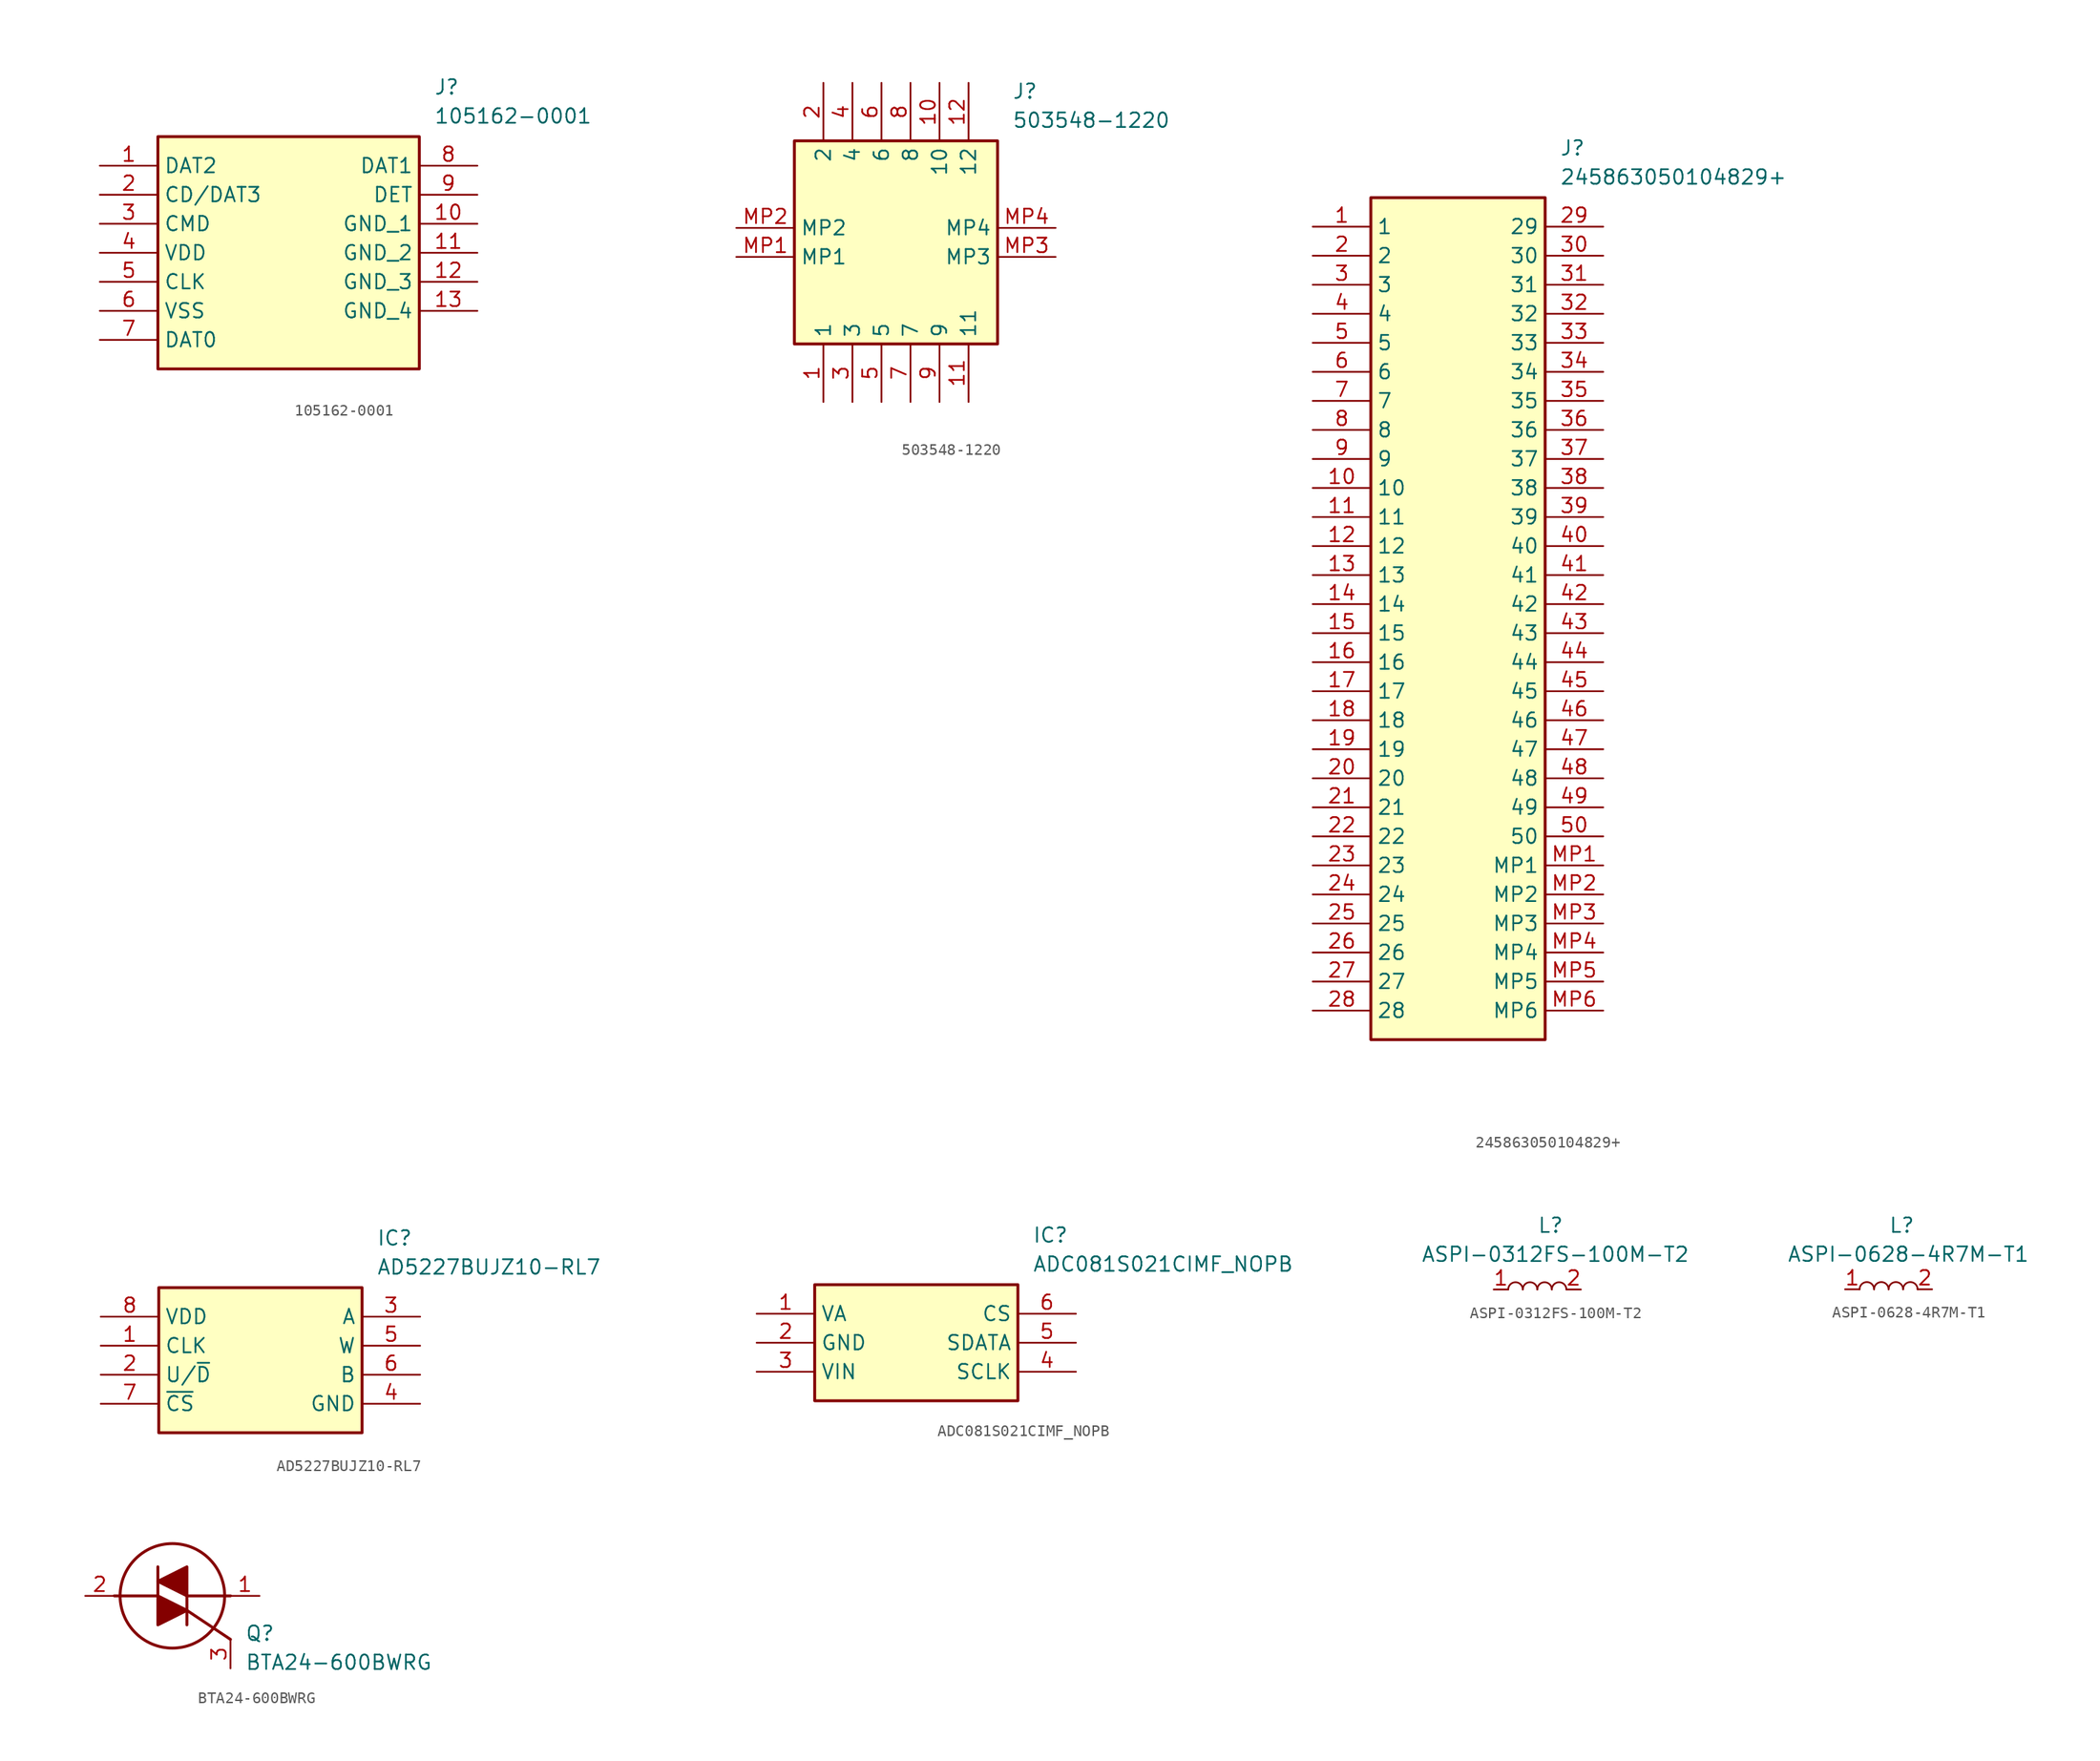
<source format=kicad_sym>
(kicad_symbol_lib
  (version 20220914)
  (generator kicad_symbol_editor)
  (symbol "105162-0001"
    (property "Reference" "J"
      (at 29.21 7.62 0)
      (effects (font (size 1.27 1.27)) (justify left top)))
    (property "Value" "105162-0001"
      (at 29.21 5.08 0)
      (effects (font (size 1.27 1.27)) (justify left top)))
    (symbol "105162-0001_1_1"
      (rectangle (start 5.08 2.54) (end 27.94 -17.78) (stroke (width 0.254) (type default)) (fill (type background)))
      (pin passive line (at 0 0 0) (length 5.08) (name "DAT2" (effects (font (size 1.27 1.27)))) (number "1" (effects (font (size 1.27 1.27)))))
      (pin passive line (at 33.02 -5.08 180) (length 5.08) (name "GND_1" (effects (font (size 1.27 1.27)))) (number "10" (effects (font (size 1.27 1.27)))))
      (pin passive line (at 33.02 -7.62 180) (length 5.08) (name "GND_2" (effects (font (size 1.27 1.27)))) (number "11" (effects (font (size 1.27 1.27)))))
      (pin passive line (at 33.02 -10.16 180) (length 5.08) (name "GND_3" (effects (font (size 1.27 1.27)))) (number "12" (effects (font (size 1.27 1.27)))))
      (pin passive line (at 33.02 -12.7 180) (length 5.08) (name "GND_4" (effects (font (size 1.27 1.27)))) (number "13" (effects (font (size 1.27 1.27)))))
      (pin passive line (at 0 -2.54 0) (length 5.08) (name "CD/DAT3" (effects (font (size 1.27 1.27)))) (number "2" (effects (font (size 1.27 1.27)))))
      (pin passive line (at 0 -5.08 0) (length 5.08) (name "CMD" (effects (font (size 1.27 1.27)))) (number "3" (effects (font (size 1.27 1.27)))))
      (pin passive line (at 0 -7.62 0) (length 5.08) (name "VDD" (effects (font (size 1.27 1.27)))) (number "4" (effects (font (size 1.27 1.27)))))
      (pin passive line (at 0 -10.16 0) (length 5.08) (name "CLK" (effects (font (size 1.27 1.27)))) (number "5" (effects (font (size 1.27 1.27)))))
      (pin passive line (at 0 -12.7 0) (length 5.08) (name "VSS" (effects (font (size 1.27 1.27)))) (number "6" (effects (font (size 1.27 1.27)))))
      (pin passive line (at 0 -15.24 0) (length 5.08) (name "DAT0" (effects (font (size 1.27 1.27)))) (number "7" (effects (font (size 1.27 1.27)))))
      (pin passive line (at 33.02 0 180) (length 5.08) (name "DAT1" (effects (font (size 1.27 1.27)))) (number "8" (effects (font (size 1.27 1.27)))))
      (pin passive line (at 33.02 -2.54 180) (length 5.08) (name "DET" (effects (font (size 1.27 1.27)))) (number "9" (effects (font (size 1.27 1.27)))))))
  (symbol "503548-1220"
    (property "Reference" "J"
      (at 24.13 12.7 0)
      (effects (font (size 1.27 1.27)) (justify left top)))
    (property "Value" "503548-1220"
      (at 24.13 10.16 0)
      (effects (font (size 1.27 1.27)) (justify left top)))
    (symbol "503548-1220_1_1"
      (rectangle (start 5.08 7.62) (end 22.86 -10.16) (stroke (width 0.254) (type default)) (fill (type background)))
      (pin passive line (at 7.62 -15.24 90) (length 5.08) (name "1" (effects (font (size 1.27 1.27)))) (number "1" (effects (font (size 1.27 1.27)))))
      (pin passive line (at 17.78 12.7 270) (length 5.08) (name "10" (effects (font (size 1.27 1.27)))) (number "10" (effects (font (size 1.27 1.27)))))
      (pin passive line (at 20.32 -15.24 90) (length 5.08) (name "11" (effects (font (size 1.27 1.27)))) (number "11" (effects (font (size 1.27 1.27)))))
      (pin passive line (at 20.32 12.7 270) (length 5.08) (name "12" (effects (font (size 1.27 1.27)))) (number "12" (effects (font (size 1.27 1.27)))))
      (pin passive line (at 7.62 12.7 270) (length 5.08) (name "2" (effects (font (size 1.27 1.27)))) (number "2" (effects (font (size 1.27 1.27)))))
      (pin passive line (at 10.16 -15.24 90) (length 5.08) (name "3" (effects (font (size 1.27 1.27)))) (number "3" (effects (font (size 1.27 1.27)))))
      (pin passive line (at 10.16 12.7 270) (length 5.08) (name "4" (effects (font (size 1.27 1.27)))) (number "4" (effects (font (size 1.27 1.27)))))
      (pin passive line (at 12.7 -15.24 90) (length 5.08) (name "5" (effects (font (size 1.27 1.27)))) (number "5" (effects (font (size 1.27 1.27)))))
      (pin passive line (at 12.7 12.7 270) (length 5.08) (name "6" (effects (font (size 1.27 1.27)))) (number "6" (effects (font (size 1.27 1.27)))))
      (pin passive line (at 15.24 -15.24 90) (length 5.08) (name "7" (effects (font (size 1.27 1.27)))) (number "7" (effects (font (size 1.27 1.27)))))
      (pin passive line (at 15.24 12.7 270) (length 5.08) (name "8" (effects (font (size 1.27 1.27)))) (number "8" (effects (font (size 1.27 1.27)))))
      (pin passive line (at 17.78 -15.24 90) (length 5.08) (name "9" (effects (font (size 1.27 1.27)))) (number "9" (effects (font (size 1.27 1.27)))))
      (pin passive line (at 0 -2.54 0) (length 5.08) (name "MP1" (effects (font (size 1.27 1.27)))) (number "MP1" (effects (font (size 1.27 1.27)))))
      (pin passive line (at 0 0 0) (length 5.08) (name "MP2" (effects (font (size 1.27 1.27)))) (number "MP2" (effects (font (size 1.27 1.27)))))
      (pin passive line (at 27.94 -2.54 180) (length 5.08) (name "MP3" (effects (font (size 1.27 1.27)))) (number "MP3" (effects (font (size 1.27 1.27)))))
      (pin passive line (at 27.94 0 180) (length 5.08) (name "MP4" (effects (font (size 1.27 1.27)))) (number "MP4" (effects (font (size 1.27 1.27)))))))
  (symbol "245863050104829+"
    (property "Reference" "J"
      (at 21.59 7.62 0)
      (effects (font (size 1.27 1.27)) (justify left top)))
    (property "Value" "245863050104829+"
      (at 21.59 5.08 0)
      (effects (font (size 1.27 1.27)) (justify left top)))
    (symbol "245863050104829+_1_1"
      (rectangle (start 5.08 2.54) (end 20.32 -71.12) (stroke (width 0.254) (type default)) (fill (type background)))
      (pin passive line (at 0 0 0) (length 5.08) (name "1" (effects (font (size 1.27 1.27)))) (number "1" (effects (font (size 1.27 1.27)))))
      (pin passive line (at 0 -22.86 0) (length 5.08) (name "10" (effects (font (size 1.27 1.27)))) (number "10" (effects (font (size 1.27 1.27)))))
      (pin passive line (at 0 -25.4 0) (length 5.08) (name "11" (effects (font (size 1.27 1.27)))) (number "11" (effects (font (size 1.27 1.27)))))
      (pin passive line (at 0 -27.94 0) (length 5.08) (name "12" (effects (font (size 1.27 1.27)))) (number "12" (effects (font (size 1.27 1.27)))))
      (pin passive line (at 0 -30.48 0) (length 5.08) (name "13" (effects (font (size 1.27 1.27)))) (number "13" (effects (font (size 1.27 1.27)))))
      (pin passive line (at 0 -33.02 0) (length 5.08) (name "14" (effects (font (size 1.27 1.27)))) (number "14" (effects (font (size 1.27 1.27)))))
      (pin passive line (at 0 -35.56 0) (length 5.08) (name "15" (effects (font (size 1.27 1.27)))) (number "15" (effects (font (size 1.27 1.27)))))
      (pin passive line (at 0 -38.1 0) (length 5.08) (name "16" (effects (font (size 1.27 1.27)))) (number "16" (effects (font (size 1.27 1.27)))))
      (pin passive line (at 0 -40.64 0) (length 5.08) (name "17" (effects (font (size 1.27 1.27)))) (number "17" (effects (font (size 1.27 1.27)))))
      (pin passive line (at 0 -43.18 0) (length 5.08) (name "18" (effects (font (size 1.27 1.27)))) (number "18" (effects (font (size 1.27 1.27)))))
      (pin passive line (at 0 -45.72 0) (length 5.08) (name "19" (effects (font (size 1.27 1.27)))) (number "19" (effects (font (size 1.27 1.27)))))
      (pin passive line (at 0 -2.54 0) (length 5.08) (name "2" (effects (font (size 1.27 1.27)))) (number "2" (effects (font (size 1.27 1.27)))))
      (pin passive line (at 0 -48.26 0) (length 5.08) (name "20" (effects (font (size 1.27 1.27)))) (number "20" (effects (font (size 1.27 1.27)))))
      (pin passive line (at 0 -50.8 0) (length 5.08) (name "21" (effects (font (size 1.27 1.27)))) (number "21" (effects (font (size 1.27 1.27)))))
      (pin passive line (at 0 -53.34 0) (length 5.08) (name "22" (effects (font (size 1.27 1.27)))) (number "22" (effects (font (size 1.27 1.27)))))
      (pin passive line (at 0 -55.88 0) (length 5.08) (name "23" (effects (font (size 1.27 1.27)))) (number "23" (effects (font (size 1.27 1.27)))))
      (pin passive line (at 0 -58.42 0) (length 5.08) (name "24" (effects (font (size 1.27 1.27)))) (number "24" (effects (font (size 1.27 1.27)))))
      (pin passive line (at 0 -60.96 0) (length 5.08) (name "25" (effects (font (size 1.27 1.27)))) (number "25" (effects (font (size 1.27 1.27)))))
      (pin passive line (at 0 -63.5 0) (length 5.08) (name "26" (effects (font (size 1.27 1.27)))) (number "26" (effects (font (size 1.27 1.27)))))
      (pin passive line (at 0 -66.04 0) (length 5.08) (name "27" (effects (font (size 1.27 1.27)))) (number "27" (effects (font (size 1.27 1.27)))))
      (pin passive line (at 0 -68.58 0) (length 5.08) (name "28" (effects (font (size 1.27 1.27)))) (number "28" (effects (font (size 1.27 1.27)))))
      (pin passive line (at 25.4 0 180) (length 5.08) (name "29" (effects (font (size 1.27 1.27)))) (number "29" (effects (font (size 1.27 1.27)))))
      (pin passive line (at 0 -5.08 0) (length 5.08) (name "3" (effects (font (size 1.27 1.27)))) (number "3" (effects (font (size 1.27 1.27)))))
      (pin passive line (at 25.4 -2.54 180) (length 5.08) (name "30" (effects (font (size 1.27 1.27)))) (number "30" (effects (font (size 1.27 1.27)))))
      (pin passive line (at 25.4 -5.08 180) (length 5.08) (name "31" (effects (font (size 1.27 1.27)))) (number "31" (effects (font (size 1.27 1.27)))))
      (pin passive line (at 25.4 -7.62 180) (length 5.08) (name "32" (effects (font (size 1.27 1.27)))) (number "32" (effects (font (size 1.27 1.27)))))
      (pin passive line (at 25.4 -10.16 180) (length 5.08) (name "33" (effects (font (size 1.27 1.27)))) (number "33" (effects (font (size 1.27 1.27)))))
      (pin passive line (at 25.4 -12.7 180) (length 5.08) (name "34" (effects (font (size 1.27 1.27)))) (number "34" (effects (font (size 1.27 1.27)))))
      (pin passive line (at 25.4 -15.24 180) (length 5.08) (name "35" (effects (font (size 1.27 1.27)))) (number "35" (effects (font (size 1.27 1.27)))))
      (pin passive line (at 25.4 -17.78 180) (length 5.08) (name "36" (effects (font (size 1.27 1.27)))) (number "36" (effects (font (size 1.27 1.27)))))
      (pin passive line (at 25.4 -20.32 180) (length 5.08) (name "37" (effects (font (size 1.27 1.27)))) (number "37" (effects (font (size 1.27 1.27)))))
      (pin passive line (at 25.4 -22.86 180) (length 5.08) (name "38" (effects (font (size 1.27 1.27)))) (number "38" (effects (font (size 1.27 1.27)))))
      (pin passive line (at 25.4 -25.4 180) (length 5.08) (name "39" (effects (font (size 1.27 1.27)))) (number "39" (effects (font (size 1.27 1.27)))))
      (pin passive line (at 0 -7.62 0) (length 5.08) (name "4" (effects (font (size 1.27 1.27)))) (number "4" (effects (font (size 1.27 1.27)))))
      (pin passive line (at 25.4 -27.94 180) (length 5.08) (name "40" (effects (font (size 1.27 1.27)))) (number "40" (effects (font (size 1.27 1.27)))))
      (pin passive line (at 25.4 -30.48 180) (length 5.08) (name "41" (effects (font (size 1.27 1.27)))) (number "41" (effects (font (size 1.27 1.27)))))
      (pin passive line (at 25.4 -33.02 180) (length 5.08) (name "42" (effects (font (size 1.27 1.27)))) (number "42" (effects (font (size 1.27 1.27)))))
      (pin passive line (at 25.4 -35.56 180) (length 5.08) (name "43" (effects (font (size 1.27 1.27)))) (number "43" (effects (font (size 1.27 1.27)))))
      (pin passive line (at 25.4 -38.1 180) (length 5.08) (name "44" (effects (font (size 1.27 1.27)))) (number "44" (effects (font (size 1.27 1.27)))))
      (pin passive line (at 25.4 -40.64 180) (length 5.08) (name "45" (effects (font (size 1.27 1.27)))) (number "45" (effects (font (size 1.27 1.27)))))
      (pin passive line (at 25.4 -43.18 180) (length 5.08) (name "46" (effects (font (size 1.27 1.27)))) (number "46" (effects (font (size 1.27 1.27)))))
      (pin passive line (at 25.4 -45.72 180) (length 5.08) (name "47" (effects (font (size 1.27 1.27)))) (number "47" (effects (font (size 1.27 1.27)))))
      (pin passive line (at 25.4 -48.26 180) (length 5.08) (name "48" (effects (font (size 1.27 1.27)))) (number "48" (effects (font (size 1.27 1.27)))))
      (pin passive line (at 25.4 -50.8 180) (length 5.08) (name "49" (effects (font (size 1.27 1.27)))) (number "49" (effects (font (size 1.27 1.27)))))
      (pin passive line (at 0 -10.16 0) (length 5.08) (name "5" (effects (font (size 1.27 1.27)))) (number "5" (effects (font (size 1.27 1.27)))))
      (pin passive line (at 25.4 -53.34 180) (length 5.08) (name "50" (effects (font (size 1.27 1.27)))) (number "50" (effects (font (size 1.27 1.27)))))
      (pin passive line (at 0 -12.7 0) (length 5.08) (name "6" (effects (font (size 1.27 1.27)))) (number "6" (effects (font (size 1.27 1.27)))))
      (pin passive line (at 0 -15.24 0) (length 5.08) (name "7" (effects (font (size 1.27 1.27)))) (number "7" (effects (font (size 1.27 1.27)))))
      (pin passive line (at 0 -17.78 0) (length 5.08) (name "8" (effects (font (size 1.27 1.27)))) (number "8" (effects (font (size 1.27 1.27)))))
      (pin passive line (at 0 -20.32 0) (length 5.08) (name "9" (effects (font (size 1.27 1.27)))) (number "9" (effects (font (size 1.27 1.27)))))
      (pin passive line (at 25.4 -55.88 180) (length 5.08) (name "MP1" (effects (font (size 1.27 1.27)))) (number "MP1" (effects (font (size 1.27 1.27)))))
      (pin passive line (at 25.4 -58.42 180) (length 5.08) (name "MP2" (effects (font (size 1.27 1.27)))) (number "MP2" (effects (font (size 1.27 1.27)))))
      (pin passive line (at 25.4 -60.96 180) (length 5.08) (name "MP3" (effects (font (size 1.27 1.27)))) (number "MP3" (effects (font (size 1.27 1.27)))))
      (pin passive line (at 25.4 -63.5 180) (length 5.08) (name "MP4" (effects (font (size 1.27 1.27)))) (number "MP4" (effects (font (size 1.27 1.27)))))
      (pin passive line (at 25.4 -66.04 180) (length 5.08) (name "MP5" (effects (font (size 1.27 1.27)))) (number "MP5" (effects (font (size 1.27 1.27)))))
      (pin passive line (at 25.4 -68.58 180) (length 5.08) (name "MP6" (effects (font (size 1.27 1.27)))) (number "MP6" (effects (font (size 1.27 1.27)))))))
  (symbol "AD5227BUJZ10-RL7"
    (property "Reference" "IC"
      (at 24.13 7.62 0)
      (effects (font (size 1.27 1.27)) (justify left top)))
    (property "Value" "AD5227BUJZ10-RL7"
      (at 24.13 5.08 0)
      (effects (font (size 1.27 1.27)) (justify left top)))
    (symbol "AD5227BUJZ10-RL7_1_1"
      (rectangle (start 5.08 2.54) (end 22.86 -10.16) (stroke (width 0.254) (type default)) (fill (type background)))
      (pin passive line (at 0 -2.54 0) (length 5.08) (name "CLK" (effects (font (size 1.27 1.27)))) (number "1" (effects (font (size 1.27 1.27)))))
      (pin passive line (at 0 -5.08 0) (length 5.08) (name "U/~{D}" (effects (font (size 1.27 1.27)))) (number "2" (effects (font (size 1.27 1.27)))))
      (pin passive line (at 27.94 0 180) (length 5.08) (name "A" (effects (font (size 1.27 1.27)))) (number "3" (effects (font (size 1.27 1.27)))))
      (pin passive line (at 27.94 -7.62 180) (length 5.08) (name "GND" (effects (font (size 1.27 1.27)))) (number "4" (effects (font (size 1.27 1.27)))))
      (pin passive line (at 27.94 -2.54 180) (length 5.08) (name "W" (effects (font (size 1.27 1.27)))) (number "5" (effects (font (size 1.27 1.27)))))
      (pin passive line (at 27.94 -5.08 180) (length 5.08) (name "B" (effects (font (size 1.27 1.27)))) (number "6" (effects (font (size 1.27 1.27)))))
      (pin passive line (at 0 -7.62 0) (length 5.08) (name "~{CS}" (effects (font (size 1.27 1.27)))) (number "7" (effects (font (size 1.27 1.27)))))
      (pin passive line (at 0 0 0) (length 5.08) (name "VDD" (effects (font (size 1.27 1.27)))) (number "8" (effects (font (size 1.27 1.27)))))))
  (symbol "ADC081S021CIMF_NOPB"
    (property "Reference" "IC"
      (at 24.13 7.62 0)
      (effects (font (size 1.27 1.27)) (justify left top)))
    (property "Value" "ADC081S021CIMF_NOPB"
      (at 24.13 5.08 0)
      (effects (font (size 1.27 1.27)) (justify left top)))
    (symbol "ADC081S021CIMF_NOPB_1_1"
      (rectangle (start 5.08 2.54) (end 22.86 -7.62) (stroke (width 0.254) (type default)) (fill (type background)))
      (pin passive line (at 0 0 0) (length 5.08) (name "VA" (effects (font (size 1.27 1.27)))) (number "1" (effects (font (size 1.27 1.27)))))
      (pin passive line (at 0 -2.54 0) (length 5.08) (name "GND" (effects (font (size 1.27 1.27)))) (number "2" (effects (font (size 1.27 1.27)))))
      (pin passive line (at 0 -5.08 0) (length 5.08) (name "VIN" (effects (font (size 1.27 1.27)))) (number "3" (effects (font (size 1.27 1.27)))))
      (pin passive line (at 27.94 -5.08 180) (length 5.08) (name "SCLK" (effects (font (size 1.27 1.27)))) (number "4" (effects (font (size 1.27 1.27)))))
      (pin passive line (at 27.94 -2.54 180) (length 5.08) (name "SDATA" (effects (font (size 1.27 1.27)))) (number "5" (effects (font (size 1.27 1.27)))))
      (pin passive line (at 27.94 0 180) (length 5.08) (name "CS" (effects (font (size 1.27 1.27)))) (number "6" (effects (font (size 1.27 1.27)))))))
  (symbol "ASPI-0312FS-100M-T2"
    (pin_names hide)
    (property "Reference" "L"
      (at 0 6.35 0)
      (effects (font (size 1.27 1.27)) (justify left top)))
    (property "Value" "ASPI-0312FS-100M-T2"
      (at -10.16 3.81 0)
      (effects (font (size 1.27 1.27)) (justify left top)))
    (symbol "ASPI-0312FS-100M-T2_0_1"
      (arc (start -1.27 0) (mid -1.905 0.6323) (end -2.54 0) (stroke (width 0) (type default)) (fill (type none)))
      (arc (start 0 0) (mid -0.635 0.6323) (end -1.27 0) (stroke (width 0) (type default)) (fill (type none)))
      (arc (start 1.27 0) (mid 0.635 0.6323) (end 0 0) (stroke (width 0) (type default)) (fill (type none)))
      (arc (start 2.54 0) (mid 1.905 0.6323) (end 1.27 0) (stroke (width 0) (type default)) (fill (type none))))
    (symbol "ASPI-0312FS-100M-T2_1_1"
      (pin passive line (at -3.81 0 0) (length 1.27) (name "1" (effects (font (size 1.27 1.27)))) (number "1" (effects (font (size 1.27 1.27)))))
      (pin passive line (at 3.81 0 180) (length 1.27) (name "2" (effects (font (size 1.27 1.27)))) (number "2" (effects (font (size 1.27 1.27)))))))
  (symbol "ASPI-0628-4R7M-T1"
    (pin_names hide)
    (property "Reference" "L"
      (at 0 6.35 0)
      (effects (font (size 1.27 1.27)) (justify left top)))
    (property "Value" "ASPI-0628-4R7M-T1"
      (at -8.89 3.81 0)
      (effects (font (size 1.27 1.27)) (justify left top)))
    (symbol "ASPI-0628-4R7M-T1_0_1"
      (arc (start -1.27 0) (mid -1.905 0.6323) (end -2.54 0) (stroke (width 0) (type default)) (fill (type none)))
      (arc (start 0 0) (mid -0.635 0.6323) (end -1.27 0) (stroke (width 0) (type default)) (fill (type none)))
      (arc (start 1.27 0) (mid 0.635 0.6323) (end 0 0) (stroke (width 0) (type default)) (fill (type none)))
      (arc (start 2.54 0) (mid 1.905 0.6323) (end 1.27 0) (stroke (width 0) (type default)) (fill (type none))))
    (symbol "ASPI-0628-4R7M-T1_1_1"
      (pin passive line (at -3.81 0 0) (length 1.27) (name "1" (effects (font (size 1.27 1.27)))) (number "1" (effects (font (size 1.27 1.27)))))
      (pin passive line (at 3.81 0 180) (length 1.27) (name "2" (effects (font (size 1.27 1.27)))) (number "2" (effects (font (size 1.27 1.27)))))))
  (symbol "BTA24-600BWRG"
    (pin_names hide)
    (property "Reference" "Q"
      (at 13.97 -2.54 0)
      (effects (font (size 1.27 1.27)) (justify left top)))
    (property "Value" "BTA24-600BWRG"
      (at 13.97 -5.08 0)
      (effects (font (size 1.27 1.27)) (justify left top)))
    (symbol "BTA24-600BWRG_1_1"
      (polyline (pts (xy 6.35 0) (xy 2.54 0)) (stroke (width 0.254) (type default)) (fill (type none)))
      (polyline (pts (xy 6.35 0) (xy 6.35 2.54)) (stroke (width 0.254) (type default)) (fill (type none)))
      (polyline (pts (xy 8.89 -1.27) (xy 12.7 -3.81)) (stroke (width 0.254) (type default)) (fill (type none)))
      (polyline (pts (xy 8.89 0) (xy 8.89 -2.54)) (stroke (width 0.254) (type default)) (fill (type none)))
      (polyline (pts (xy 8.89 0) (xy 12.7 0)) (stroke (width 0.254) (type default)) (fill (type none)))
      (polyline (pts (xy 6.35 -2.54) (xy 6.35 0) (xy 8.89 -1.27) (xy 6.35 -2.54)) (stroke (width 0.254) (type default)) (fill (type outline)))
      (polyline (pts (xy 8.89 2.54) (xy 8.89 0) (xy 6.35 1.27) (xy 8.89 2.54)) (stroke (width 0.254) (type default)) (fill (type outline)))
      (circle (center 7.62 0) (radius 4.572) (stroke (width 0.254) (type default)) (fill (type none)))
      (pin passive line (at 15.24 0 180) (length 2.54) (name "MT1" (effects (font (size 1.27 1.27)))) (number "1" (effects (font (size 1.27 1.27)))))
      (pin passive line (at 0 0 0) (length 2.54) (name "MT2" (effects (font (size 1.27 1.27)))) (number "2" (effects (font (size 1.27 1.27)))))
      (pin passive line (at 12.7 -6.35 90) (length 2.54) (name "G" (effects (font (size 1.27 1.27)))) (number "3" (effects (font (size 1.27 1.27))))))))
</source>
